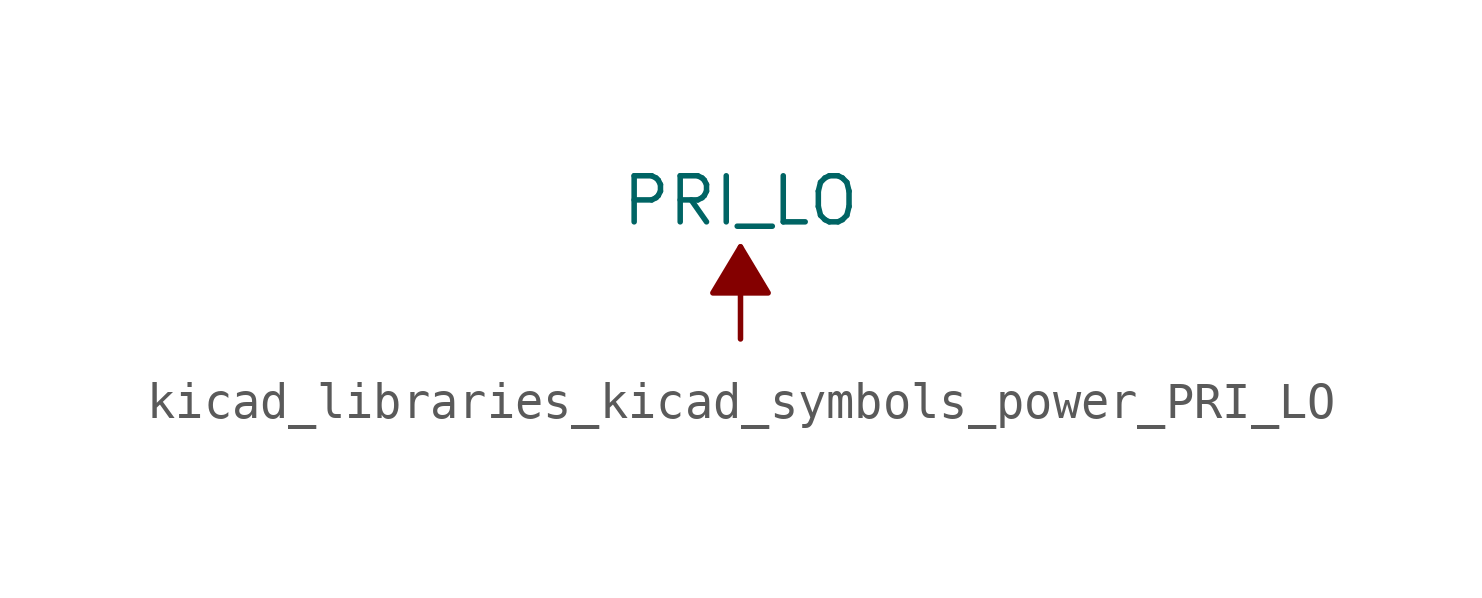
<source format=kicad_sym>
(kicad_symbol_lib
  (version 20220914)
  (generator kicad_symbol_editor)
  (symbol "kicad_libraries_kicad_symbols_power_PRI_LO"
    (power)
    (pin_names
      (offset 0))
    (property "Reference" "#PWR"
      (at 0 -3.81 0)
      (effects (font (size 1.27 1.27)) hide))
    (property "Value" "PRI_LO"
      (at 0 3.81 0)
      (effects (font (size 1.27 1.27))))
    (symbol "kicad_libraries_kicad_symbols_power_PRI_LO_0_1"
      (polyline (pts (xy 0 0) (xy 0 2.54)) (stroke (width 0) (type default)) (fill (type none)))
      (polyline (pts (xy 0.762 1.27) (xy -0.762 1.27) (xy 0 2.54) (xy 0.762 1.27)) (stroke (width 0) (type default)) (fill (type outline))))
    (symbol "kicad_libraries_kicad_symbols_power_PRI_LO_1_1"
      (pin power_in line (at 0 0 90) (length 0) hide (name "PRI_LO" (effects (font (size 1.27 1.27)))) (number "1" (effects (font (size 1.27 1.27))))))))
</source>
